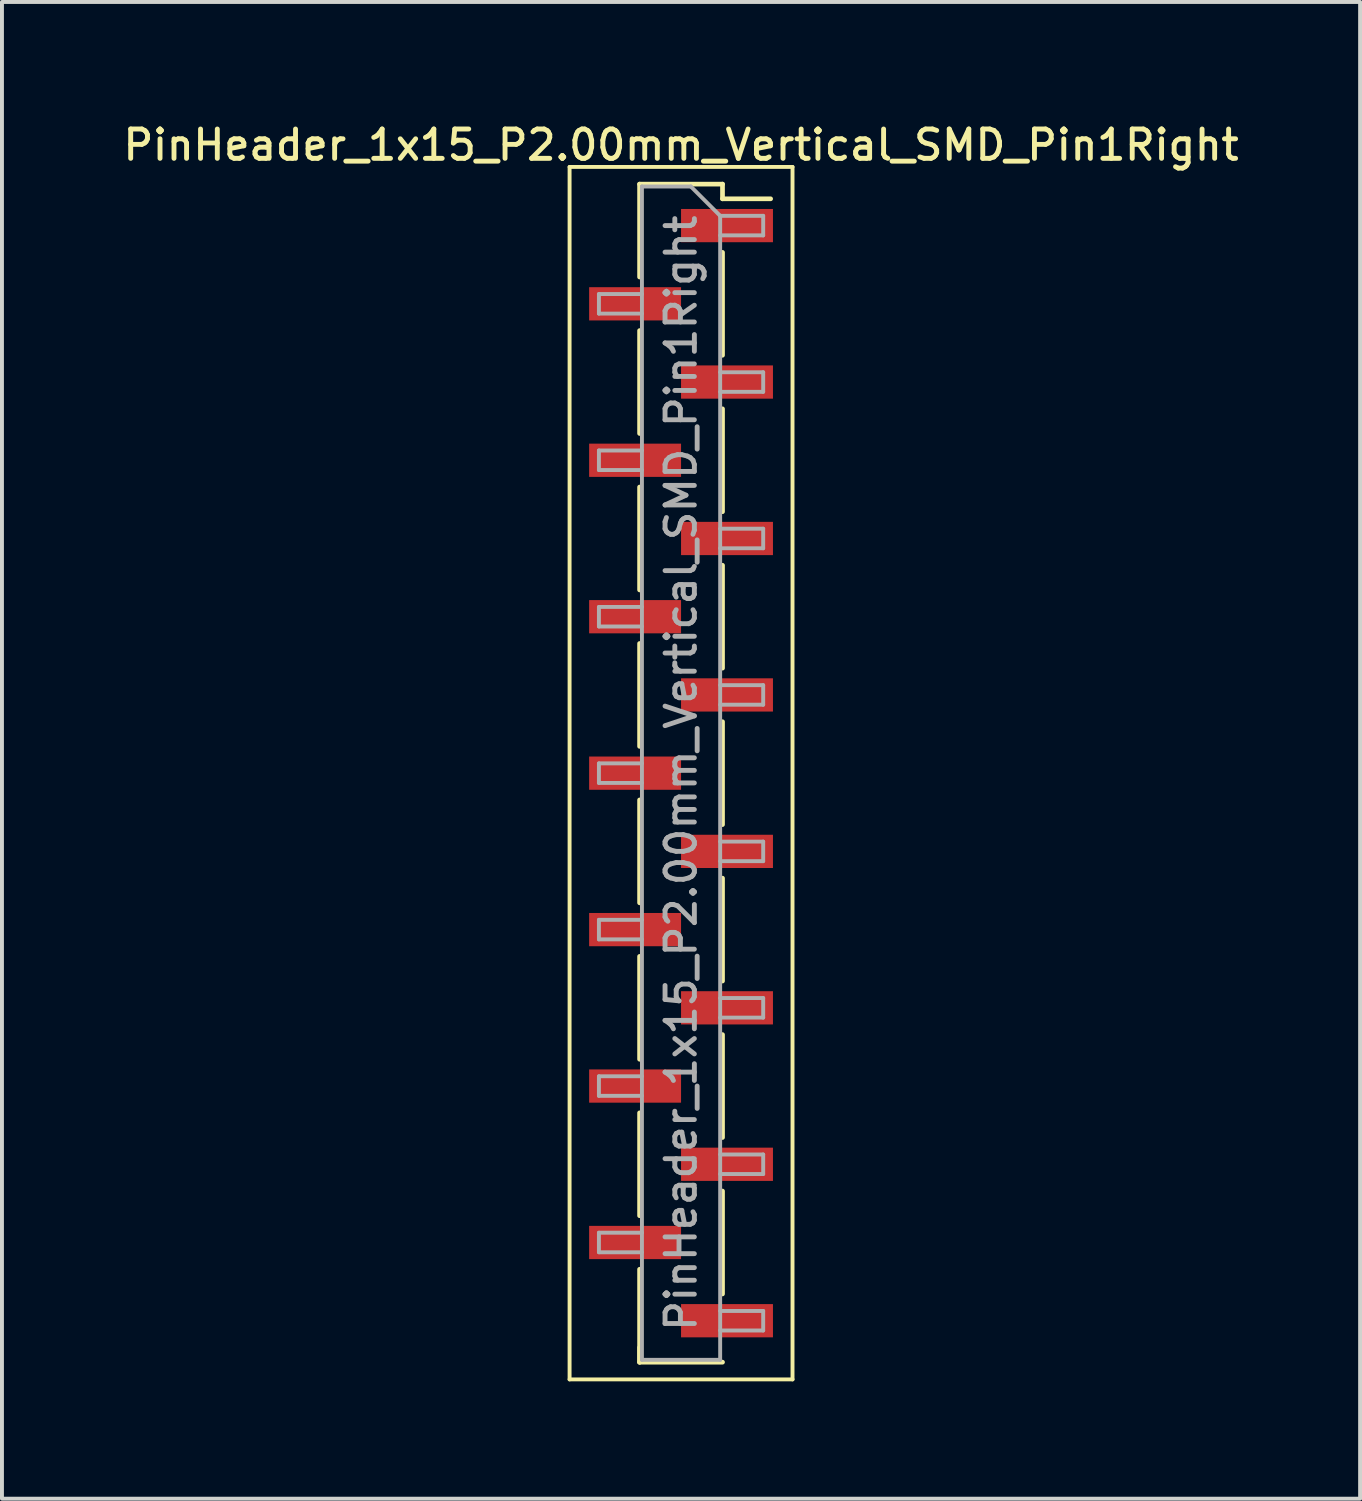
<source format=kicad_pcb>
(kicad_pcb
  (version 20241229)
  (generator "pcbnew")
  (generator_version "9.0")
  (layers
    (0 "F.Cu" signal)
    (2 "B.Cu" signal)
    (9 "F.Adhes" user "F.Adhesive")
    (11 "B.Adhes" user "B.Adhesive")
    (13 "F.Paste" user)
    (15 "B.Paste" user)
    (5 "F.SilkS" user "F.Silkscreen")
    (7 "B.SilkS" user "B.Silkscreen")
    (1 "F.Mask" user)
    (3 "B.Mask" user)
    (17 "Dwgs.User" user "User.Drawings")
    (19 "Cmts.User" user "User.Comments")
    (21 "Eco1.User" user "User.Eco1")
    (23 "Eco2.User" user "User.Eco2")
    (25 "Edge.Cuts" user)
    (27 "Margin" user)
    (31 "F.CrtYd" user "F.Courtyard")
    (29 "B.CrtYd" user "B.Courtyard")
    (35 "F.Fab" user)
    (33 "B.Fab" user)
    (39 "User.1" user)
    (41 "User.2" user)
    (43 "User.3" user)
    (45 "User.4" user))
  (footprint "PinHeader_1x15_P2.00mm_Vertical_SMD_Pin1Right"
    (layer "F.Cu")
    (at 14.363 16.718)
    (property "Reference" "PinHeader_1x15_P2.00mm_Vertical_SMD_Pin1Right" (at 0 -16.06 0) (layer "F.SilkS") (effects (font (size 0.75 0.75) (thickness 0.125))))
    (attr smd)
    (fp_line (start -2.85 -15.5) (end -2.85 15.5) (stroke (width 0.1) (type solid)) (layer "F.SilkS"))
    (fp_line (start -2.85 15.5) (end 2.85 15.5) (stroke (width 0.1) (type solid)) (layer "F.SilkS"))
    (fp_line (start -1.06 -15.06) (end -1.06 -12.685) (stroke (width 0.12) (type solid)) (layer "F.SilkS"))
    (fp_line (start -1.06 -15.06) (end 1.06 -15.06) (stroke (width 0.12) (type solid)) (layer "F.SilkS"))
    (fp_line (start -1.06 -11.315) (end -1.06 -8.685) (stroke (width 0.12) (type solid)) (layer "F.SilkS"))
    (fp_line (start -1.06 -7.315) (end -1.06 -4.685) (stroke (width 0.12) (type solid)) (layer "F.SilkS"))
    (fp_line (start -1.06 -3.315) (end -1.06 -0.685) (stroke (width 0.12) (type solid)) (layer "F.SilkS"))
    (fp_line (start -1.06 0.685) (end -1.06 3.315) (stroke (width 0.12) (type solid)) (layer "F.SilkS"))
    (fp_line (start -1.06 4.685) (end -1.06 7.315) (stroke (width 0.12) (type solid)) (layer "F.SilkS"))
    (fp_line (start -1.06 8.685) (end -1.06 11.315) (stroke (width 0.12) (type solid)) (layer "F.SilkS"))
    (fp_line (start -1.06 12.685) (end -1.06 15.06) (stroke (width 0.12) (type solid)) (layer "F.SilkS"))
    (fp_line (start -1.06 14.685) (end -1.06 15.06) (stroke (width 0.12) (type solid)) (layer "F.SilkS"))
    (fp_line (start -1.06 15.06) (end 1.06 15.06) (stroke (width 0.12) (type solid)) (layer "F.SilkS"))
    (fp_line (start 1.06 -15.06) (end 1.06 -14.685) (stroke (width 0.12) (type solid)) (layer "F.SilkS"))
    (fp_line (start 1.06 -14.685) (end 2.29 -14.685) (stroke (width 0.12) (type solid)) (layer "F.SilkS"))
    (fp_line (start 1.06 -13.315) (end 1.06 -10.685) (stroke (width 0.12) (type solid)) (layer "F.SilkS"))
    (fp_line (start 1.06 -9.315) (end 1.06 -6.685) (stroke (width 0.12) (type solid)) (layer "F.SilkS"))
    (fp_line (start 1.06 -5.315) (end 1.06 -2.685) (stroke (width 0.12) (type solid)) (layer "F.SilkS"))
    (fp_line (start 1.06 -1.315) (end 1.06 1.315) (stroke (width 0.12) (type solid)) (layer "F.SilkS"))
    (fp_line (start 1.06 2.685) (end 1.06 5.315) (stroke (width 0.12) (type solid)) (layer "F.SilkS"))
    (fp_line (start 1.06 6.685) (end 1.06 9.315) (stroke (width 0.12) (type solid)) (layer "F.SilkS"))
    (fp_line (start 1.06 10.685) (end 1.06 13.315) (stroke (width 0.12) (type solid)) (layer "F.SilkS"))
    (fp_line (start 2.85 -15.5) (end -2.85 -15.5) (stroke (width 0.1) (type solid)) (layer "F.SilkS"))
    (fp_line (start 2.85 15.5) (end 2.85 -15.5) (stroke (width 0.1) (type solid)) (layer "F.SilkS"))
    (fp_line (start -2.1 -12.25) (end -2.1 -11.75) (stroke (width 0.1) (type solid)) (layer "F.Fab"))
    (fp_line (start -2.1 -11.75) (end -1 -11.75) (stroke (width 0.1) (type solid)) (layer "F.Fab"))
    (fp_line (start -2.1 -8.25) (end -2.1 -7.75) (stroke (width 0.1) (type solid)) (layer "F.Fab"))
    (fp_line (start -2.1 -7.75) (end -1 -7.75) (stroke (width 0.1) (type solid)) (layer "F.Fab"))
    (fp_line (start -2.1 -4.25) (end -2.1 -3.75) (stroke (width 0.1) (type solid)) (layer "F.Fab"))
    (fp_line (start -2.1 -3.75) (end -1 -3.75) (stroke (width 0.1) (type solid)) (layer "F.Fab"))
    (fp_line (start -2.1 -0.25) (end -2.1 0.25) (stroke (width 0.1) (type solid)) (layer "F.Fab"))
    (fp_line (start -2.1 0.25) (end -1 0.25) (stroke (width 0.1) (type solid)) (layer "F.Fab"))
    (fp_line (start -2.1 3.75) (end -2.1 4.25) (stroke (width 0.1) (type solid)) (layer "F.Fab"))
    (fp_line (start -2.1 4.25) (end -1 4.25) (stroke (width 0.1) (type solid)) (layer "F.Fab"))
    (fp_line (start -2.1 7.75) (end -2.1 8.25) (stroke (width 0.1) (type solid)) (layer "F.Fab"))
    (fp_line (start -2.1 8.25) (end -1 8.25) (stroke (width 0.1) (type solid)) (layer "F.Fab"))
    (fp_line (start -2.1 11.75) (end -2.1 12.25) (stroke (width 0.1) (type solid)) (layer "F.Fab"))
    (fp_line (start -2.1 12.25) (end -1 12.25) (stroke (width 0.1) (type solid)) (layer "F.Fab"))
    (fp_line (start -1 -15) (end -1 15) (stroke (width 0.1) (type solid)) (layer "F.Fab"))
    (fp_line (start -1 -15) (end 0.25 -15) (stroke (width 0.1) (type solid)) (layer "F.Fab"))
    (fp_line (start -1 -12.25) (end -2.1 -12.25) (stroke (width 0.1) (type solid)) (layer "F.Fab"))
    (fp_line (start -1 -8.25) (end -2.1 -8.25) (stroke (width 0.1) (type solid)) (layer "F.Fab"))
    (fp_line (start -1 -4.25) (end -2.1 -4.25) (stroke (width 0.1) (type solid)) (layer "F.Fab"))
    (fp_line (start -1 -0.25) (end -2.1 -0.25) (stroke (width 0.1) (type solid)) (layer "F.Fab"))
    (fp_line (start -1 3.75) (end -2.1 3.75) (stroke (width 0.1) (type solid)) (layer "F.Fab"))
    (fp_line (start -1 7.75) (end -2.1 7.75) (stroke (width 0.1) (type solid)) (layer "F.Fab"))
    (fp_line (start -1 11.75) (end -2.1 11.75) (stroke (width 0.1) (type solid)) (layer "F.Fab"))
    (fp_line (start 1 -14.25) (end 0.25 -15) (stroke (width 0.1) (type solid)) (layer "F.Fab"))
    (fp_line (start 1 -14.25) (end 2.1 -14.25) (stroke (width 0.1) (type solid)) (layer "F.Fab"))
    (fp_line (start 1 -10.25) (end 2.1 -10.25) (stroke (width 0.1) (type solid)) (layer "F.Fab"))
    (fp_line (start 1 -6.25) (end 2.1 -6.25) (stroke (width 0.1) (type solid)) (layer "F.Fab"))
    (fp_line (start 1 -2.25) (end 2.1 -2.25) (stroke (width 0.1) (type solid)) (layer "F.Fab"))
    (fp_line (start 1 1.75) (end 2.1 1.75) (stroke (width 0.1) (type solid)) (layer "F.Fab"))
    (fp_line (start 1 5.75) (end 2.1 5.75) (stroke (width 0.1) (type solid)) (layer "F.Fab"))
    (fp_line (start 1 9.75) (end 2.1 9.75) (stroke (width 0.1) (type solid)) (layer "F.Fab"))
    (fp_line (start 1 13.75) (end 2.1 13.75) (stroke (width 0.1) (type solid)) (layer "F.Fab"))
    (fp_line (start 1 15) (end -1 15) (stroke (width 0.1) (type solid)) (layer "F.Fab"))
    (fp_line (start 1 15) (end 1 -14.25) (stroke (width 0.1) (type solid)) (layer "F.Fab"))
    (fp_line (start 2.1 -14.25) (end 2.1 -13.75) (stroke (width 0.1) (type solid)) (layer "F.Fab"))
    (fp_line (start 2.1 -13.75) (end 1 -13.75) (stroke (width 0.1) (type solid)) (layer "F.Fab"))
    (fp_line (start 2.1 -10.25) (end 2.1 -9.75) (stroke (width 0.1) (type solid)) (layer "F.Fab"))
    (fp_line (start 2.1 -9.75) (end 1 -9.75) (stroke (width 0.1) (type solid)) (layer "F.Fab"))
    (fp_line (start 2.1 -6.25) (end 2.1 -5.75) (stroke (width 0.1) (type solid)) (layer "F.Fab"))
    (fp_line (start 2.1 -5.75) (end 1 -5.75) (stroke (width 0.1) (type solid)) (layer "F.Fab"))
    (fp_line (start 2.1 -2.25) (end 2.1 -1.75) (stroke (width 0.1) (type solid)) (layer "F.Fab"))
    (fp_line (start 2.1 -1.75) (end 1 -1.75) (stroke (width 0.1) (type solid)) (layer "F.Fab"))
    (fp_line (start 2.1 1.75) (end 2.1 2.25) (stroke (width 0.1) (type solid)) (layer "F.Fab"))
    (fp_line (start 2.1 2.25) (end 1 2.25) (stroke (width 0.1) (type solid)) (layer "F.Fab"))
    (fp_line (start 2.1 5.75) (end 2.1 6.25) (stroke (width 0.1) (type solid)) (layer "F.Fab"))
    (fp_line (start 2.1 6.25) (end 1 6.25) (stroke (width 0.1) (type solid)) (layer "F.Fab"))
    (fp_line (start 2.1 9.75) (end 2.1 10.25) (stroke (width 0.1) (type solid)) (layer "F.Fab"))
    (fp_line (start 2.1 10.25) (end 1 10.25) (stroke (width 0.1) (type solid)) (layer "F.Fab"))
    (fp_line (start 2.1 13.75) (end 2.1 14.25) (stroke (width 0.1) (type solid)) (layer "F.Fab"))
    (fp_line (start 2.1 14.25) (end 1 14.25) (stroke (width 0.1) (type solid)) (layer "F.Fab"))
    (fp_text user "${REFERENCE}" (at 0 0 90) (layer "F.Fab") (effects (font (size 0.75 0.75) (thickness 0.125))))
    (pad "1" smd rect (at 1.175 -14) (size 2.35 0.85) (layers "F.Cu" "F.Mask" "F.Paste"))
    (pad "2" smd rect (at -1.175 -12) (size 2.35 0.85) (layers "F.Cu" "F.Mask" "F.Paste"))
    (pad "3" smd rect (at 1.175 -10) (size 2.35 0.85) (layers "F.Cu" "F.Mask" "F.Paste"))
    (pad "4" smd rect (at -1.175 -8) (size 2.35 0.85) (layers "F.Cu" "F.Mask" "F.Paste"))
    (pad "5" smd rect (at 1.175 -6) (size 2.35 0.85) (layers "F.Cu" "F.Mask" "F.Paste"))
    (pad "6" smd rect (at -1.175 -4) (size 2.35 0.85) (layers "F.Cu" "F.Mask" "F.Paste"))
    (pad "7" smd rect (at 1.175 -2) (size 2.35 0.85) (layers "F.Cu" "F.Mask" "F.Paste"))
    (pad "8" smd rect (at -1.175 0) (size 2.35 0.85) (layers "F.Cu" "F.Mask" "F.Paste"))
    (pad "9" smd rect (at 1.175 2) (size 2.35 0.85) (layers "F.Cu" "F.Mask" "F.Paste"))
    (pad "10" smd rect (at -1.175 4) (size 2.35 0.85) (layers "F.Cu" "F.Mask" "F.Paste"))
    (pad "11" smd rect (at 1.175 6) (size 2.35 0.85) (layers "F.Cu" "F.Mask" "F.Paste"))
    (pad "12" smd rect (at -1.175 8) (size 2.35 0.85) (layers "F.Cu" "F.Mask" "F.Paste"))
    (pad "13" smd rect (at 1.175 10) (size 2.35 0.85) (layers "F.Cu" "F.Mask" "F.Paste"))
    (pad "14" smd rect (at -1.175 12) (size 2.35 0.85) (layers "F.Cu" "F.Mask" "F.Paste"))
    (pad "15" smd rect (at 1.175 14) (size 2.35 0.85) (layers "F.Cu" "F.Mask" "F.Paste")))
  (gr_rect
    (start -3 -3)
    (end 31.725 35.268)
    (stroke (width 0.1) (type default))
    (fill no)
    (layer "Edge.Cuts")))
</source>
